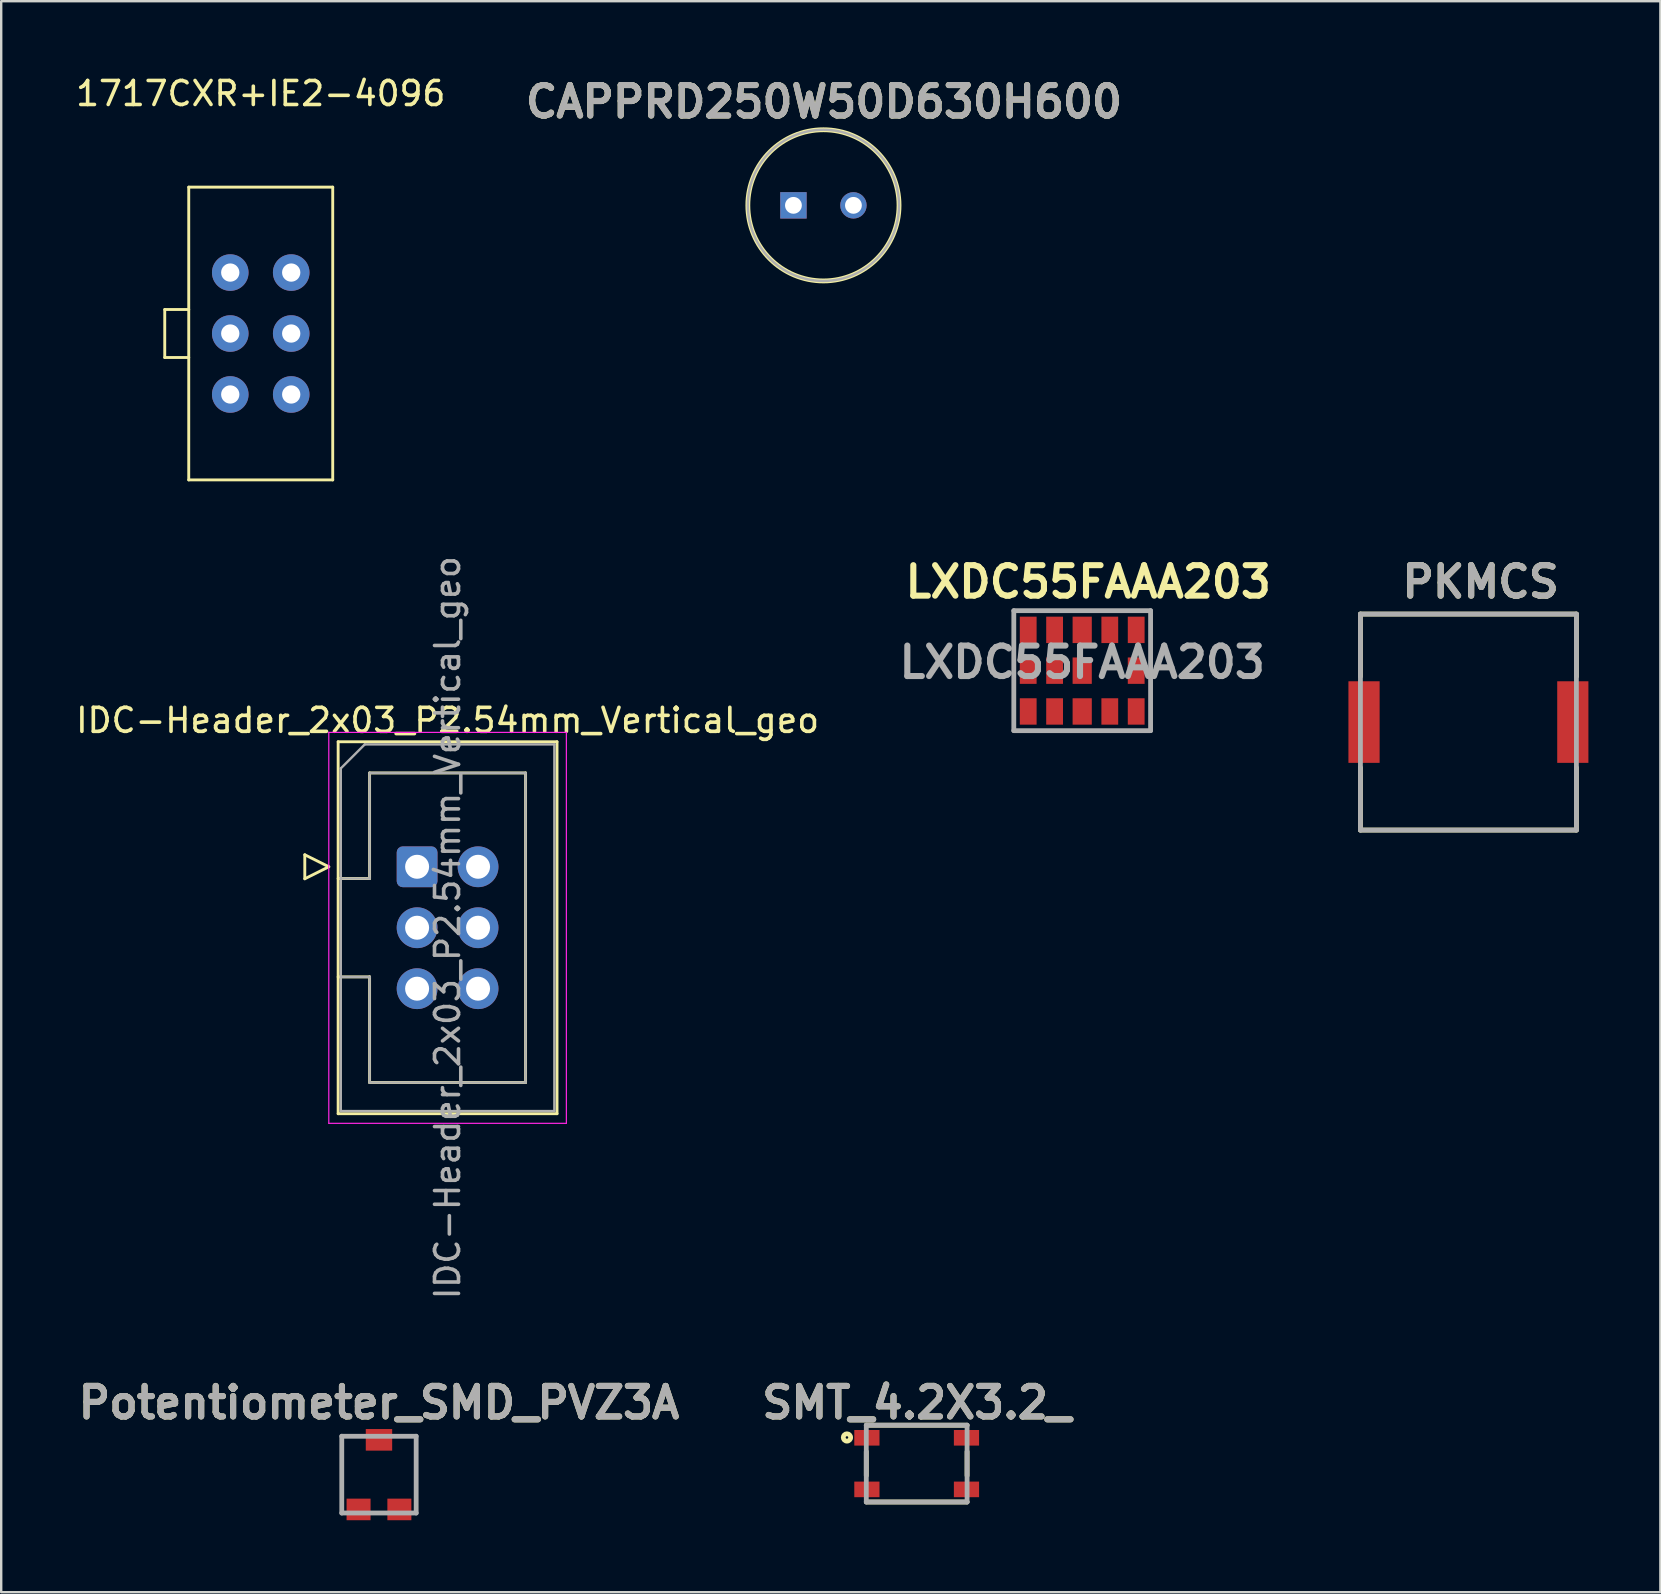
<source format=kicad_pcb>
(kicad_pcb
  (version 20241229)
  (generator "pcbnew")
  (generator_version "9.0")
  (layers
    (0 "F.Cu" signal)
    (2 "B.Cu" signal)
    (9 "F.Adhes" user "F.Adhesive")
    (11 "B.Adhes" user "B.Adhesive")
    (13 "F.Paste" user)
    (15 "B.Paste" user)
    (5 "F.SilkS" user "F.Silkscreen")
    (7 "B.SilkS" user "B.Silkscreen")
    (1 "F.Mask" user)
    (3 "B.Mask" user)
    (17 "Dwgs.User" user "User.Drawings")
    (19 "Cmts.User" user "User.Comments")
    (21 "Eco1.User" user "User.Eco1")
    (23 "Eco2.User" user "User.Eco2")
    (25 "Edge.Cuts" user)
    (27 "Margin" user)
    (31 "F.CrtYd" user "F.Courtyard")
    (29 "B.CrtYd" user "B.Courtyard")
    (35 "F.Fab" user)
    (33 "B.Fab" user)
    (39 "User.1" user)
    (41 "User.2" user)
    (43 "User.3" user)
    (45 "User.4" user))
  (footprint "PKMCS"
    (layer "F.Cu")
    (at 58.14 27.039)
    (property "Reference" "PKMCS" (at 0.508 -5.842 0) (layer "F.SilkS") (effects (font (size 1.27 1.27) (thickness 0.254))))
    (attr smd)
    (fp_line (start -4.5 -4.5) (end -4.5 -1.9) (stroke (width 0.2) (type solid)) (layer "F.SilkS"))
    (fp_line (start -4.5 -4.5) (end 4.5 -4.5) (stroke (width 0.2) (type solid)) (layer "F.SilkS"))
    (fp_line (start -4.5 4.5) (end -4.5 1.9) (stroke (width 0.2) (type solid)) (layer "F.SilkS"))
    (fp_line (start 4.5 -4.5) (end 4.5 -1.9) (stroke (width 0.2) (type solid)) (layer "F.SilkS"))
    (fp_line (start 4.5 4.5) (end -4.5 4.5) (stroke (width 0.2) (type solid)) (layer "F.SilkS"))
    (fp_line (start 4.5 4.5) (end 4.5 1.9) (stroke (width 0.2) (type solid)) (layer "F.SilkS"))
    (fp_line (start -4.5 -4.5) (end 4.5 -4.5) (stroke (width 0.2) (type solid)) (layer "F.Fab"))
    (fp_line (start -4.5 4.5) (end -4.5 -4.5) (stroke (width 0.2) (type solid)) (layer "F.Fab"))
    (fp_line (start 4.5 -4.5) (end 4.5 4.5) (stroke (width 0.2) (type solid)) (layer "F.Fab"))
    (fp_line (start 4.5 4.5) (end -4.5 4.5) (stroke (width 0.2) (type solid)) (layer "F.Fab"))
    (fp_text user "${REFERENCE}" (at 0.508 -5.842 0) (layer "F.Fab") (effects (font (size 1.27 1.27) (thickness 0.254))))
    (pad "1" smd rect (at -4.35 0) (size 1.3 3.4) (layers "F.Cu" "F.Mask" "F.Paste"))
    (pad "2" smd rect (at 4.35 0) (size 1.3 3.4) (layers "F.Cu" "F.Mask" "F.Paste")))
  (footprint "CAPPRD250W50D630H600"
    (layer "F.Cu")
    (at 30.013 5.507)
    (property "Reference" "CAPPRD250W50D630H600" (at 1.27 -4.318 0) (layer "F.SilkS") (effects (font (size 1.27 1.27) (thickness 0.254))))
    (attr through_hole)
    (fp_circle (center 1.25 0) (end 1.25 3.15) (stroke (width 0.2) (type solid)) (fill no) (layer "F.SilkS"))
    (fp_circle (center 1.25 0) (end 1.25 3.15) (stroke (width 0.1) (type solid)) (fill no) (layer "F.Fab"))
    (fp_text user "${REFERENCE}" (at 1.27 -4.318 0) (layer "F.Fab") (effects (font (size 1.27 1.27) (thickness 0.254))))
    (pad "1" thru_hole rect (at 0 0) (size 1.1 1.1) (drill 0.7) (layers "*.Cu" "*.Mask"))
    (pad "2" thru_hole circle (at 2.5 0) (size 1.1 1.1) (drill 0.7) (layers "*.Cu" "*.Mask")))
  (footprint "1717CXR+IE2-4096"
    (layer "F.Cu")
    (at 7.815 10.848)
    (property "Reference" "1717CXR+IE2-4096" (at 0 -10 0) (layer "F.SilkS") (effects (font (size 1 1) (thickness 0.15))))
    (attr through_hole)
    (fp_line (start -4 -1) (end -4 1) (stroke (width 0.12) (type solid)) (layer "F.SilkS"))
    (fp_line (start -4 1) (end -3 1) (stroke (width 0.12) (type solid)) (layer "F.SilkS"))
    (fp_line (start -3 -6.1) (end -3 6.1) (stroke (width 0.12) (type solid)) (layer "F.SilkS"))
    (fp_line (start -3 -1) (end -4 -1) (stroke (width 0.12) (type solid)) (layer "F.SilkS"))
    (fp_line (start -3 6.1) (end 3 6.1) (stroke (width 0.12) (type solid)) (layer "F.SilkS"))
    (fp_line (start 3 -6.1) (end -3 -6.1) (stroke (width 0.12) (type solid)) (layer "F.SilkS"))
    (fp_line (start 3 6.1) (end 3 -6.1) (stroke (width 0.12) (type solid)) (layer "F.SilkS"))
    (pad "1" thru_hole circle (at -1.27 -2.54) (size 1.524 1.524) (drill 0.762) (layers "*.Cu" "*.Mask"))
    (pad "2" thru_hole circle (at 1.27 -2.54) (size 1.524 1.524) (drill 0.762) (layers "*.Cu" "*.Mask"))
    (pad "3" thru_hole circle (at -1.27 0) (size 1.524 1.524) (drill 0.762) (layers "*.Cu" "*.Mask"))
    (pad "4" thru_hole circle (at 1.27 0) (size 1.524 1.524) (drill 0.762) (layers "*.Cu" "*.Mask"))
    (pad "5" thru_hole circle (at -1.27 2.54) (size 1.524 1.524) (drill 0.762) (layers "*.Cu" "*.Mask"))
    (pad "6" thru_hole circle (at 1.27 2.54) (size 1.524 1.524) (drill 0.762) (layers "*.Cu" "*.Mask")))
  (footprint "Potentiometer_SMD_PVZ3A"
    (layer "F.Cu")
    (at 12.742 58.399)
    (property "Reference" "Potentiometer_SMD_PVZ3A" (at 0 -3 0) (layer "F.SilkS") (effects (font (size 1.27 1.27) (thickness 0.254))))
    (attr smd)
    (fp_line (start -1.55 -1.6) (end -1.55 -1.6) (stroke (width 0.1) (type solid)) (layer "F.SilkS"))
    (fp_line (start -1.55 -1.6) (end -1.55 -1.6) (stroke (width 0.1) (type solid)) (layer "F.SilkS"))
    (fp_line (start -1.55 -1.6) (end -1.55 0.25) (stroke (width 0.1) (type solid)) (layer "F.SilkS"))
    (fp_line (start -1.55 -1.6) (end -1.25 -1.6) (stroke (width 0.1) (type solid)) (layer "F.SilkS"))
    (fp_line (start -1.55 0.25) (end -1.55 -1.6) (stroke (width 0.1) (type solid)) (layer "F.SilkS"))
    (fp_line (start -1.55 0.25) (end -1.55 0.25) (stroke (width 0.1) (type solid)) (layer "F.SilkS"))
    (fp_line (start -1.25 -1.6) (end -1.55 -1.6) (stroke (width 0.1) (type solid)) (layer "F.SilkS"))
    (fp_line (start -1.25 -1.6) (end -1.25 -1.6) (stroke (width 0.1) (type solid)) (layer "F.SilkS"))
    (fp_line (start 1.25 -1.6) (end 1.25 -1.6) (stroke (width 0.1) (type solid)) (layer "F.SilkS"))
    (fp_line (start 1.25 -1.6) (end 1.55 -1.6) (stroke (width 0.1) (type solid)) (layer "F.SilkS"))
    (fp_line (start 1.55 -1.6) (end 1.25 -1.6) (stroke (width 0.1) (type solid)) (layer "F.SilkS"))
    (fp_line (start 1.55 -1.6) (end 1.55 -1.6) (stroke (width 0.1) (type solid)) (layer "F.SilkS"))
    (fp_line (start 1.55 -1.6) (end 1.55 -1.6) (stroke (width 0.1) (type solid)) (layer "F.SilkS"))
    (fp_line (start 1.55 -1.6) (end 1.55 0.25) (stroke (width 0.1) (type solid)) (layer "F.SilkS"))
    (fp_line (start 1.55 0.25) (end 1.55 -1.6) (stroke (width 0.1) (type solid)) (layer "F.SilkS"))
    (fp_line (start 1.55 0.25) (end 1.55 0.25) (stroke (width 0.1) (type solid)) (layer "F.SilkS"))
    (fp_line (start -1.55 -1.6) (end -1.55 1.6) (stroke (width 0.2) (type solid)) (layer "F.Fab"))
    (fp_line (start -1.55 1.6) (end 1.55 1.6) (stroke (width 0.2) (type solid)) (layer "F.Fab"))
    (fp_line (start 1.55 -1.6) (end -1.55 -1.6) (stroke (width 0.2) (type solid)) (layer "F.Fab"))
    (fp_line (start 1.55 1.6) (end 1.55 -1.6) (stroke (width 0.2) (type solid)) (layer "F.Fab"))
    (fp_text user "${REFERENCE}" (at 0 -3 0) (layer "F.Fab") (effects (font (size 1.27 1.27) (thickness 0.254))))
    (pad "1" smd rect (at -0.85 1.45 90) (size 0.9 1) (layers "F.Cu" "F.Mask" "F.Paste"))
    (pad "2" smd rect (at 0 -1.45 90) (size 0.9 1.1) (layers "F.Cu" "F.Mask" "F.Paste"))
    (pad "3" smd rect (at 0.85 1.45 90) (size 0.9 1) (layers "F.Cu" "F.Mask" "F.Paste")))
  (footprint "SMT_4.2X3.2_"
    (layer "F.Cu")
    (at 35.149 57.939)
    (property "Reference" "SMT_4.2X3.2_" (at 0 -2.54 0) (layer "F.SilkS") (effects (font (size 1.27 1.27) (thickness 0.254))))
    (attr smd)
    (fp_line (start -2.1 -1.6) (end 2.1 -1.6) (stroke (width 0.2) (type solid)) (layer "F.SilkS"))
    (fp_line (start -2.1 -0.5) (end -2.1 0.5) (stroke (width 0.2) (type solid)) (layer "F.SilkS"))
    (fp_line (start 2.1 -0.5) (end 2.1 0.5) (stroke (width 0.2) (type solid)) (layer "F.SilkS"))
    (fp_line (start 2.1 1.6) (end -2.1 1.6) (stroke (width 0.2) (type solid)) (layer "F.SilkS"))
    (fp_circle (center -2.906 -1.089) (end -2.906 -1.036) (stroke (width 0.2) (type solid)) (fill no) (layer "F.SilkS"))
    (fp_line (start -2.1 -1.6) (end 2.1 -1.6) (stroke (width 0.2) (type solid)) (layer "F.Fab"))
    (fp_line (start -2.1 1.6) (end -2.1 -1.6) (stroke (width 0.2) (type solid)) (layer "F.Fab"))
    (fp_line (start 2.1 -1.6) (end 2.1 1.6) (stroke (width 0.2) (type solid)) (layer "F.Fab"))
    (fp_line (start 2.1 1.6) (end -2.1 1.6) (stroke (width 0.2) (type solid)) (layer "F.Fab"))
    (fp_text user "${REFERENCE}" (at 0 -2.54 0) (layer "F.Fab") (effects (font (size 1.27 1.27) (thickness 0.254))))
    (pad "1" smd rect (at -2.075 -1.075 90) (size 0.65 1.05) (layers "F.Cu" "F.Mask" "F.Paste"))
    (pad "1" smd rect (at 2.075 -1.075 90) (size 0.65 1.05) (layers "F.Cu" "F.Mask" "F.Paste"))
    (pad "2" smd rect (at -2.075 1.075 90) (size 0.65 1.05) (layers "F.Cu" "F.Mask" "F.Paste"))
    (pad "2" smd rect (at 2.075 1.075 90) (size 0.65 1.05) (layers "F.Cu" "F.Mask" "F.Paste")))
  (footprint "LXDC55FAAA203"
    (layer "F.Cu")
    (at 44.296 23.197)
    (property "Reference" "LXDC55FAAA203" (at -2 -2 0) (layer "F.SilkS") (effects (font (size 1.27 1.27) (thickness 0.254))))
    (attr smd)
    (fp_line (start -5.1 -0.8) (end 0.6 -0.8) (stroke (width 0.1) (type solid)) (layer "F.SilkS"))
    (fp_line (start -5.1 4.2) (end -5.1 -0.8) (stroke (width 0.1) (type solid)) (layer "F.SilkS"))
    (fp_line (start 0.6 -0.8) (end 0.6 4.2) (stroke (width 0.1) (type solid)) (layer "F.SilkS"))
    (fp_line (start 0.6 4.2) (end -5.1 4.2) (stroke (width 0.1) (type solid)) (layer "F.SilkS"))
    (fp_line (start -5.1 -0.8) (end 0.6 -0.8) (stroke (width 0.2) (type solid)) (layer "F.Fab"))
    (fp_line (start -5.1 4.2) (end -5.1 -0.8) (stroke (width 0.2) (type solid)) (layer "F.Fab"))
    (fp_line (start 0.6 -0.8) (end 0.6 4.2) (stroke (width 0.2) (type solid)) (layer "F.Fab"))
    (fp_line (start 0.6 4.2) (end -5.1 4.2) (stroke (width 0.2) (type solid)) (layer "F.Fab"))
    (fp_text user "${REFERENCE}" (at -2.25 1.35 0) (layer "F.Fab") (effects (font (size 1.27 1.27) (thickness 0.254))))
    (pad "1" smd rect (at 0 0) (size 0.7 1.1) (layers "F.Cu" "F.Mask" "F.Paste"))
    (pad "2" smd rect (at -1.1 0) (size 0.7 1.1) (layers "F.Cu" "F.Mask" "F.Paste"))
    (pad "3" smd rect (at -2.25 0) (size 0.8 1.1) (layers "F.Cu" "F.Mask" "F.Paste"))
    (pad "4" smd rect (at -3.4 0) (size 0.7 1.1) (layers "F.Cu" "F.Mask" "F.Paste"))
    (pad "5" smd rect (at -4.5 0) (size 0.7 1.1) (layers "F.Cu" "F.Mask" "F.Paste"))
    (pad "6" smd rect (at -4.5 1.7) (size 0.7 1.1) (layers "F.Cu" "F.Mask" "F.Paste"))
    (pad "7" smd rect (at -4.5 3.4) (size 0.7 1.1) (layers "F.Cu" "F.Mask" "F.Paste"))
    (pad "8" smd rect (at -3.4 3.4) (size 0.7 1.1) (layers "F.Cu" "F.Mask" "F.Paste"))
    (pad "9" smd rect (at -2.25 3.4) (size 0.8 1.1) (layers "F.Cu" "F.Mask" "F.Paste"))
    (pad "10" smd rect (at -1.1 3.4) (size 0.7 1.1) (layers "F.Cu" "F.Mask" "F.Paste"))
    (pad "11" smd rect (at 0 3.4) (size 0.7 1.1) (layers "F.Cu" "F.Mask" "F.Paste"))
    (pad "12" smd rect (at 0 1.7) (size 0.7 1.1) (layers "F.Cu" "F.Mask" "F.Paste"))
    (pad "13" smd rect (at -2.25 1.7) (size 0.8 1.1) (layers "F.Cu" "F.Mask" "F.Paste"))
    (pad "14" smd rect (at -3.4 1.7) (size 0.7 1.1) (layers "F.Cu" "F.Mask" "F.Paste")))
  (footprint "IDC-Header_2x03_P2.54mm_Vertical_geo"
    (layer "F.Cu")
    (at 15.601 35.609)
    (property "Reference" "IDC-Header_2x03_P2.54mm_Vertical_geo" (at 0 -8.64 0) (layer "F.SilkS") (effects (font (size 1 1) (thickness 0.15))))
    (attr through_hole)
    (fp_line (start -5.95 -3.04) (end -5.95 -2.04) (stroke (width 0.12) (type solid)) (layer "F.SilkS"))
    (fp_line (start -5.95 -2.04) (end -4.95 -2.54) (stroke (width 0.12) (type solid)) (layer "F.SilkS"))
    (fp_line (start -4.95 -2.54) (end -5.95 -3.04) (stroke (width 0.12) (type solid)) (layer "F.SilkS"))
    (fp_line (start -4.56 -7.75) (end 4.56 -7.75) (stroke (width 0.12) (type solid)) (layer "F.SilkS"))
    (fp_line (start -4.56 -2.05) (end -3.25 -2.05) (stroke (width 0.12) (type solid)) (layer "F.SilkS"))
    (fp_line (start -4.56 7.75) (end -4.56 -7.75) (stroke (width 0.12) (type solid)) (layer "F.SilkS"))
    (fp_line (start -3.25 -6.45) (end 3.25 -6.45) (stroke (width 0.12) (type solid)) (layer "F.SilkS"))
    (fp_line (start -3.25 -2.05) (end -3.25 -6.45) (stroke (width 0.12) (type solid)) (layer "F.SilkS"))
    (fp_line (start -3.25 2.05) (end -4.56 2.05) (stroke (width 0.12) (type solid)) (layer "F.SilkS"))
    (fp_line (start -3.25 2.05) (end -3.25 2.05) (stroke (width 0.12) (type solid)) (layer "F.SilkS"))
    (fp_line (start -3.25 6.45) (end -3.25 2.05) (stroke (width 0.12) (type solid)) (layer "F.SilkS"))
    (fp_line (start 3.25 -6.45) (end 3.25 6.45) (stroke (width 0.12) (type solid)) (layer "F.SilkS"))
    (fp_line (start 3.25 6.45) (end -3.25 6.45) (stroke (width 0.12) (type solid)) (layer "F.SilkS"))
    (fp_line (start 4.56 -7.75) (end 4.56 7.75) (stroke (width 0.12) (type solid)) (layer "F.SilkS"))
    (fp_line (start 4.56 7.75) (end -4.56 7.75) (stroke (width 0.12) (type solid)) (layer "F.SilkS"))
    (fp_line (start -4.95 -8.14) (end -4.95 8.15) (stroke (width 0.05) (type solid)) (layer "F.CrtYd"))
    (fp_line (start -4.95 8.15) (end 4.95 8.15) (stroke (width 0.05) (type solid)) (layer "F.CrtYd"))
    (fp_line (start 4.95 -8.14) (end -4.95 -8.14) (stroke (width 0.05) (type solid)) (layer "F.CrtYd"))
    (fp_line (start 4.95 8.15) (end 4.95 -8.14) (stroke (width 0.05) (type solid)) (layer "F.CrtYd"))
    (fp_line (start -4.45 -6.64) (end -3.45 -7.64) (stroke (width 0.1) (type solid)) (layer "F.Fab"))
    (fp_line (start -4.45 -2.05) (end -3.25 -2.05) (stroke (width 0.1) (type solid)) (layer "F.Fab"))
    (fp_line (start -4.45 7.64) (end -4.45 -6.64) (stroke (width 0.1) (type solid)) (layer "F.Fab"))
    (fp_line (start -3.45 -7.64) (end 4.45 -7.64) (stroke (width 0.1) (type solid)) (layer "F.Fab"))
    (fp_line (start -3.25 -6.45) (end 3.25 -6.45) (stroke (width 0.1) (type solid)) (layer "F.Fab"))
    (fp_line (start -3.25 -2.05) (end -3.25 -6.45) (stroke (width 0.1) (type solid)) (layer "F.Fab"))
    (fp_line (start -3.25 2.05) (end -4.45 2.05) (stroke (width 0.1) (type solid)) (layer "F.Fab"))
    (fp_line (start -3.25 2.05) (end -3.25 2.05) (stroke (width 0.1) (type solid)) (layer "F.Fab"))
    (fp_line (start -3.25 6.45) (end -3.25 2.05) (stroke (width 0.1) (type solid)) (layer "F.Fab"))
    (fp_line (start 3.25 -6.45) (end 3.25 6.45) (stroke (width 0.1) (type solid)) (layer "F.Fab"))
    (fp_line (start 3.25 6.45) (end -3.25 6.45) (stroke (width 0.1) (type solid)) (layer "F.Fab"))
    (fp_line (start 4.45 -7.64) (end 4.45 7.64) (stroke (width 0.1) (type solid)) (layer "F.Fab"))
    (fp_line (start 4.45 7.64) (end -4.45 7.64) (stroke (width 0.1) (type solid)) (layer "F.Fab"))
    (fp_text user "${REFERENCE}" (at 0 0 90) (layer "F.Fab") (effects (font (size 1 1) (thickness 0.15))))
    (pad "1" thru_hole roundrect (at -1.27 -2.54) (size 1.7 1.7) (drill 1) (layers "*.Cu" "*.Mask") (roundrect_rratio 0.147))
    (pad "2" thru_hole circle (at 1.27 -2.54) (size 1.7 1.7) (drill 1) (layers "*.Cu" "*.Mask"))
    (pad "3" thru_hole circle (at -1.27 0) (size 1.7 1.7) (drill 1) (layers "*.Cu" "*.Mask"))
    (pad "4" thru_hole circle (at 1.27 0) (size 1.7 1.7) (drill 1) (layers "*.Cu" "*.Mask"))
    (pad "5" thru_hole circle (at -1.27 2.54) (size 1.7 1.7) (drill 1) (layers "*.Cu" "*.Mask"))
    (pad "6" thru_hole circle (at 1.27 2.54) (size 1.7 1.7) (drill 1) (layers "*.Cu" "*.Mask")))
  (gr_rect
    (start -3 -3)
    (end 66.14 63.299)
    (stroke (width 0.1) (type default))
    (fill no)
    (layer "Edge.Cuts")))
</source>
